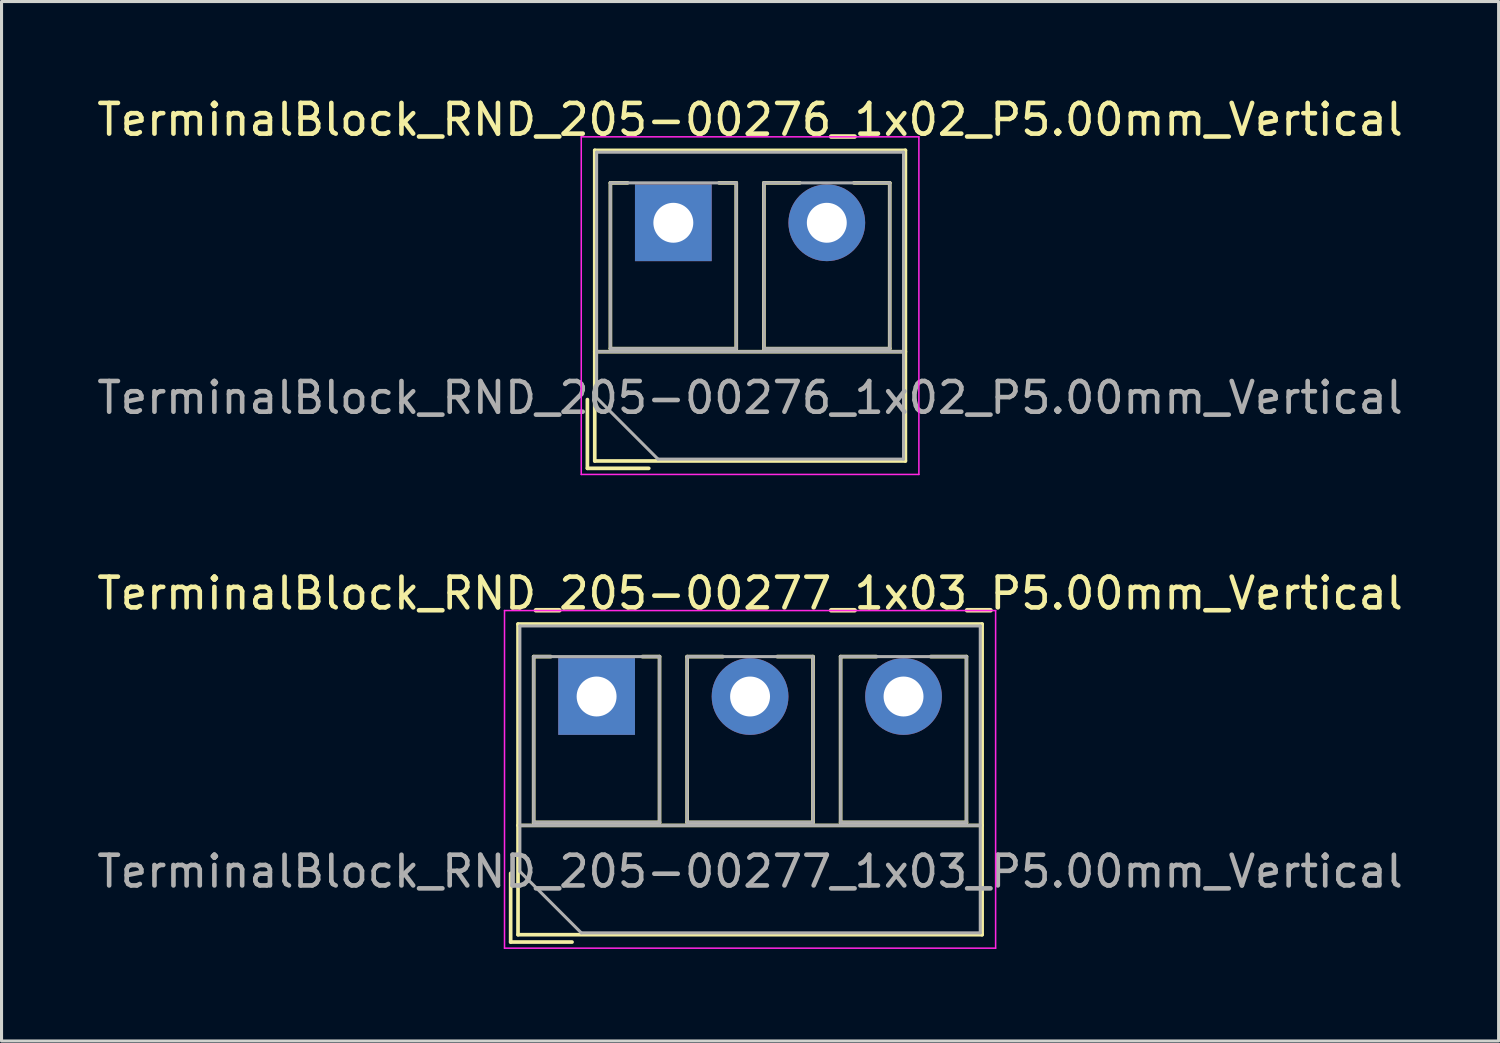
<source format=kicad_pcb>
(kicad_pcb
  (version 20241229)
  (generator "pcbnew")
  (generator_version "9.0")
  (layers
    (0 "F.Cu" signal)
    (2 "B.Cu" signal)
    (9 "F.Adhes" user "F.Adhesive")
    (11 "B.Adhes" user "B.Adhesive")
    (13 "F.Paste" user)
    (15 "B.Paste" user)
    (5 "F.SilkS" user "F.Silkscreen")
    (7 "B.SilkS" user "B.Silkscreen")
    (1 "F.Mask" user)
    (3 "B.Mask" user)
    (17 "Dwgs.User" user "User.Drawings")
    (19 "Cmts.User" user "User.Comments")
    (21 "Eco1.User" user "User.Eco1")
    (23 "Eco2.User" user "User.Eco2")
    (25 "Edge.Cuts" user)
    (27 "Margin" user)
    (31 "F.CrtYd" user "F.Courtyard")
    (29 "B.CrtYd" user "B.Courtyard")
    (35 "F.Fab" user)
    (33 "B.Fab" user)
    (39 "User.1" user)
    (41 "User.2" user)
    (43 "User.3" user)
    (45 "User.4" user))
  (footprint "TerminalBlock_RND_205-00277_1x03_P5.00mm_Vertical"
    (layer "F.Cu")
    (at 16.387 19.642)
    (property "Reference" "TerminalBlock_RND_205-00277_1x03_P5.00mm_Vertical" (at 5 -3.36 0) (layer "F.SilkS") (effects (font (size 1 1) (thickness 0.15))))
    (attr through_hole)
    (fp_line (start -2.8 5.76) (end -2.8 8) (stroke (width 0.12) (type solid)) (layer "F.SilkS"))
    (fp_line (start -2.8 8) (end -0.8 8) (stroke (width 0.12) (type solid)) (layer "F.SilkS"))
    (fp_line (start -2.56 -2.36) (end -2.56 7.76) (stroke (width 0.12) (type solid)) (layer "F.SilkS"))
    (fp_line (start -2.56 -2.36) (end 12.56 -2.36) (stroke (width 0.12) (type solid)) (layer "F.SilkS"))
    (fp_line (start -2.56 4.2) (end 12.56 4.2) (stroke (width 0.12) (type solid)) (layer "F.SilkS"))
    (fp_line (start -2.56 7.76) (end 12.56 7.76) (stroke (width 0.12) (type solid)) (layer "F.SilkS"))
    (fp_line (start -2.05 -1.3) (end -2.05 4.1) (stroke (width 0.12) (type solid)) (layer "F.SilkS"))
    (fp_line (start -2.05 -1.3) (end -1.49 -1.3) (stroke (width 0.12) (type solid)) (layer "F.SilkS"))
    (fp_line (start -2.05 4.1) (end 2.05 4.1) (stroke (width 0.12) (type solid)) (layer "F.SilkS"))
    (fp_line (start 1.49 -1.3) (end 2.05 -1.3) (stroke (width 0.12) (type solid)) (layer "F.SilkS"))
    (fp_line (start 2.05 -1.3) (end 2.05 4.1) (stroke (width 0.12) (type solid)) (layer "F.SilkS"))
    (fp_line (start 2.95 -1.3) (end 2.95 4.1) (stroke (width 0.12) (type solid)) (layer "F.SilkS"))
    (fp_line (start 2.95 -1.3) (end 4.117 -1.3) (stroke (width 0.12) (type solid)) (layer "F.SilkS"))
    (fp_line (start 2.95 4.1) (end 7.05 4.1) (stroke (width 0.12) (type solid)) (layer "F.SilkS"))
    (fp_line (start 5.884 -1.3) (end 7.05 -1.3) (stroke (width 0.12) (type solid)) (layer "F.SilkS"))
    (fp_line (start 7.05 -1.3) (end 7.05 4.1) (stroke (width 0.12) (type solid)) (layer "F.SilkS"))
    (fp_line (start 7.95 -1.3) (end 7.95 4.1) (stroke (width 0.12) (type solid)) (layer "F.SilkS"))
    (fp_line (start 7.95 -1.3) (end 9.117 -1.3) (stroke (width 0.12) (type solid)) (layer "F.SilkS"))
    (fp_line (start 7.95 4.1) (end 12.05 4.1) (stroke (width 0.12) (type solid)) (layer "F.SilkS"))
    (fp_line (start 10.884 -1.3) (end 12.05 -1.3) (stroke (width 0.12) (type solid)) (layer "F.SilkS"))
    (fp_line (start 12.05 -1.3) (end 12.05 4.1) (stroke (width 0.12) (type solid)) (layer "F.SilkS"))
    (fp_line (start 12.56 -2.36) (end 12.56 7.76) (stroke (width 0.12) (type solid)) (layer "F.SilkS"))
    (fp_line (start -3 -2.8) (end -3 8.2) (stroke (width 0.05) (type solid)) (layer "F.CrtYd"))
    (fp_line (start -3 8.2) (end 13 8.2) (stroke (width 0.05) (type solid)) (layer "F.CrtYd"))
    (fp_line (start 13 -2.8) (end -3 -2.8) (stroke (width 0.05) (type solid)) (layer "F.CrtYd"))
    (fp_line (start 13 8.2) (end 13 -2.8) (stroke (width 0.05) (type solid)) (layer "F.CrtYd"))
    (fp_line (start -2.5 -2.3) (end 12.5 -2.3) (stroke (width 0.1) (type solid)) (layer "F.Fab"))
    (fp_line (start -2.5 4.2) (end 12.5 4.2) (stroke (width 0.1) (type solid)) (layer "F.Fab"))
    (fp_line (start -2.5 5.7) (end -2.5 -2.3) (stroke (width 0.1) (type solid)) (layer "F.Fab"))
    (fp_line (start -2.05 -1.3) (end -2.05 4.1) (stroke (width 0.1) (type solid)) (layer "F.Fab"))
    (fp_line (start -2.05 4.1) (end 2.05 4.1) (stroke (width 0.1) (type solid)) (layer "F.Fab"))
    (fp_line (start -0.5 7.7) (end -2.5 5.7) (stroke (width 0.1) (type solid)) (layer "F.Fab"))
    (fp_line (start 2.05 -1.3) (end -2.05 -1.3) (stroke (width 0.1) (type solid)) (layer "F.Fab"))
    (fp_line (start 2.05 4.1) (end 2.05 -1.3) (stroke (width 0.1) (type solid)) (layer "F.Fab"))
    (fp_line (start 2.95 -1.3) (end 2.95 4.1) (stroke (width 0.1) (type solid)) (layer "F.Fab"))
    (fp_line (start 2.95 4.1) (end 7.05 4.1) (stroke (width 0.1) (type solid)) (layer "F.Fab"))
    (fp_line (start 7.05 -1.3) (end 2.95 -1.3) (stroke (width 0.1) (type solid)) (layer "F.Fab"))
    (fp_line (start 7.05 4.1) (end 7.05 -1.3) (stroke (width 0.1) (type solid)) (layer "F.Fab"))
    (fp_line (start 7.95 -1.3) (end 7.95 4.1) (stroke (width 0.1) (type solid)) (layer "F.Fab"))
    (fp_line (start 7.95 4.1) (end 12.05 4.1) (stroke (width 0.1) (type solid)) (layer "F.Fab"))
    (fp_line (start 12.05 -1.3) (end 7.95 -1.3) (stroke (width 0.1) (type solid)) (layer "F.Fab"))
    (fp_line (start 12.05 4.1) (end 12.05 -1.3) (stroke (width 0.1) (type solid)) (layer "F.Fab"))
    (fp_line (start 12.5 -2.3) (end 12.5 7.7) (stroke (width 0.1) (type solid)) (layer "F.Fab"))
    (fp_line (start 12.5 7.7) (end -0.5 7.7) (stroke (width 0.1) (type solid)) (layer "F.Fab"))
    (fp_text user "${REFERENCE}" (at 5 5.7 0) (layer "F.Fab") (effects (font (size 1 1) (thickness 0.15))))
    (pad "1" thru_hole rect (at 0 0) (size 2.5 2.5) (drill 1.3) (layers "*.Cu" "*.Mask"))
    (pad "2" thru_hole circle (at 5 0) (size 2.5 2.5) (drill 1.3) (layers "*.Cu" "*.Mask"))
    (pad "3" thru_hole circle (at 10 0) (size 2.5 2.5) (drill 1.3) (layers "*.Cu" "*.Mask")))
  (footprint "TerminalBlock_RND_205-00276_1x02_P5.00mm_Vertical"
    (layer "F.Cu")
    (at 18.887 4.208)
    (property "Reference" "TerminalBlock_RND_205-00276_1x02_P5.00mm_Vertical" (at 2.5 -3.36 0) (layer "F.SilkS") (effects (font (size 1 1) (thickness 0.15))))
    (attr through_hole)
    (fp_line (start -2.8 5.76) (end -2.8 8) (stroke (width 0.12) (type solid)) (layer "F.SilkS"))
    (fp_line (start -2.8 8) (end -0.8 8) (stroke (width 0.12) (type solid)) (layer "F.SilkS"))
    (fp_line (start -2.56 -2.36) (end -2.56 7.76) (stroke (width 0.12) (type solid)) (layer "F.SilkS"))
    (fp_line (start -2.56 -2.36) (end 7.56 -2.36) (stroke (width 0.12) (type solid)) (layer "F.SilkS"))
    (fp_line (start -2.56 4.2) (end 7.56 4.2) (stroke (width 0.12) (type solid)) (layer "F.SilkS"))
    (fp_line (start -2.56 7.76) (end 7.56 7.76) (stroke (width 0.12) (type solid)) (layer "F.SilkS"))
    (fp_line (start -2.05 -1.3) (end -2.05 4.1) (stroke (width 0.12) (type solid)) (layer "F.SilkS"))
    (fp_line (start -2.05 -1.3) (end -1.49 -1.3) (stroke (width 0.12) (type solid)) (layer "F.SilkS"))
    (fp_line (start -2.05 4.1) (end 2.05 4.1) (stroke (width 0.12) (type solid)) (layer "F.SilkS"))
    (fp_line (start 1.49 -1.3) (end 2.05 -1.3) (stroke (width 0.12) (type solid)) (layer "F.SilkS"))
    (fp_line (start 2.05 -1.3) (end 2.05 4.1) (stroke (width 0.12) (type solid)) (layer "F.SilkS"))
    (fp_line (start 2.95 -1.3) (end 2.95 4.1) (stroke (width 0.12) (type solid)) (layer "F.SilkS"))
    (fp_line (start 2.95 -1.3) (end 4.117 -1.3) (stroke (width 0.12) (type solid)) (layer "F.SilkS"))
    (fp_line (start 2.95 4.1) (end 7.05 4.1) (stroke (width 0.12) (type solid)) (layer "F.SilkS"))
    (fp_line (start 5.884 -1.3) (end 7.05 -1.3) (stroke (width 0.12) (type solid)) (layer "F.SilkS"))
    (fp_line (start 7.05 -1.3) (end 7.05 4.1) (stroke (width 0.12) (type solid)) (layer "F.SilkS"))
    (fp_line (start 7.56 -2.36) (end 7.56 7.76) (stroke (width 0.12) (type solid)) (layer "F.SilkS"))
    (fp_line (start -3 -2.8) (end -3 8.2) (stroke (width 0.05) (type solid)) (layer "F.CrtYd"))
    (fp_line (start -3 8.2) (end 8 8.2) (stroke (width 0.05) (type solid)) (layer "F.CrtYd"))
    (fp_line (start 8 -2.8) (end -3 -2.8) (stroke (width 0.05) (type solid)) (layer "F.CrtYd"))
    (fp_line (start 8 8.2) (end 8 -2.8) (stroke (width 0.05) (type solid)) (layer "F.CrtYd"))
    (fp_line (start -2.5 -2.3) (end 7.5 -2.3) (stroke (width 0.1) (type solid)) (layer "F.Fab"))
    (fp_line (start -2.5 4.2) (end 7.5 4.2) (stroke (width 0.1) (type solid)) (layer "F.Fab"))
    (fp_line (start -2.5 5.7) (end -2.5 -2.3) (stroke (width 0.1) (type solid)) (layer "F.Fab"))
    (fp_line (start -2.05 -1.3) (end -2.05 4.1) (stroke (width 0.1) (type solid)) (layer "F.Fab"))
    (fp_line (start -2.05 4.1) (end 2.05 4.1) (stroke (width 0.1) (type solid)) (layer "F.Fab"))
    (fp_line (start -0.5 7.7) (end -2.5 5.7) (stroke (width 0.1) (type solid)) (layer "F.Fab"))
    (fp_line (start 2.05 -1.3) (end -2.05 -1.3) (stroke (width 0.1) (type solid)) (layer "F.Fab"))
    (fp_line (start 2.05 4.1) (end 2.05 -1.3) (stroke (width 0.1) (type solid)) (layer "F.Fab"))
    (fp_line (start 2.95 -1.3) (end 2.95 4.1) (stroke (width 0.1) (type solid)) (layer "F.Fab"))
    (fp_line (start 2.95 4.1) (end 7.05 4.1) (stroke (width 0.1) (type solid)) (layer "F.Fab"))
    (fp_line (start 7.05 -1.3) (end 2.95 -1.3) (stroke (width 0.1) (type solid)) (layer "F.Fab"))
    (fp_line (start 7.05 4.1) (end 7.05 -1.3) (stroke (width 0.1) (type solid)) (layer "F.Fab"))
    (fp_line (start 7.5 -2.3) (end 7.5 7.7) (stroke (width 0.1) (type solid)) (layer "F.Fab"))
    (fp_line (start 7.5 7.7) (end -0.5 7.7) (stroke (width 0.1) (type solid)) (layer "F.Fab"))
    (fp_text user "${REFERENCE}" (at 2.5 5.7 0) (layer "F.Fab") (effects (font (size 1 1) (thickness 0.15))))
    (pad "1" thru_hole rect (at 0 0) (size 2.5 2.5) (drill 1.3) (layers "*.Cu" "*.Mask"))
    (pad "2" thru_hole circle (at 5 0) (size 2.5 2.5) (drill 1.3) (layers "*.Cu" "*.Mask")))
  (gr_rect
    (start -3 -3)
    (end 45.774 30.866)
    (stroke (width 0.1) (type default))
    (fill no)
    (layer "Edge.Cuts")))
</source>
